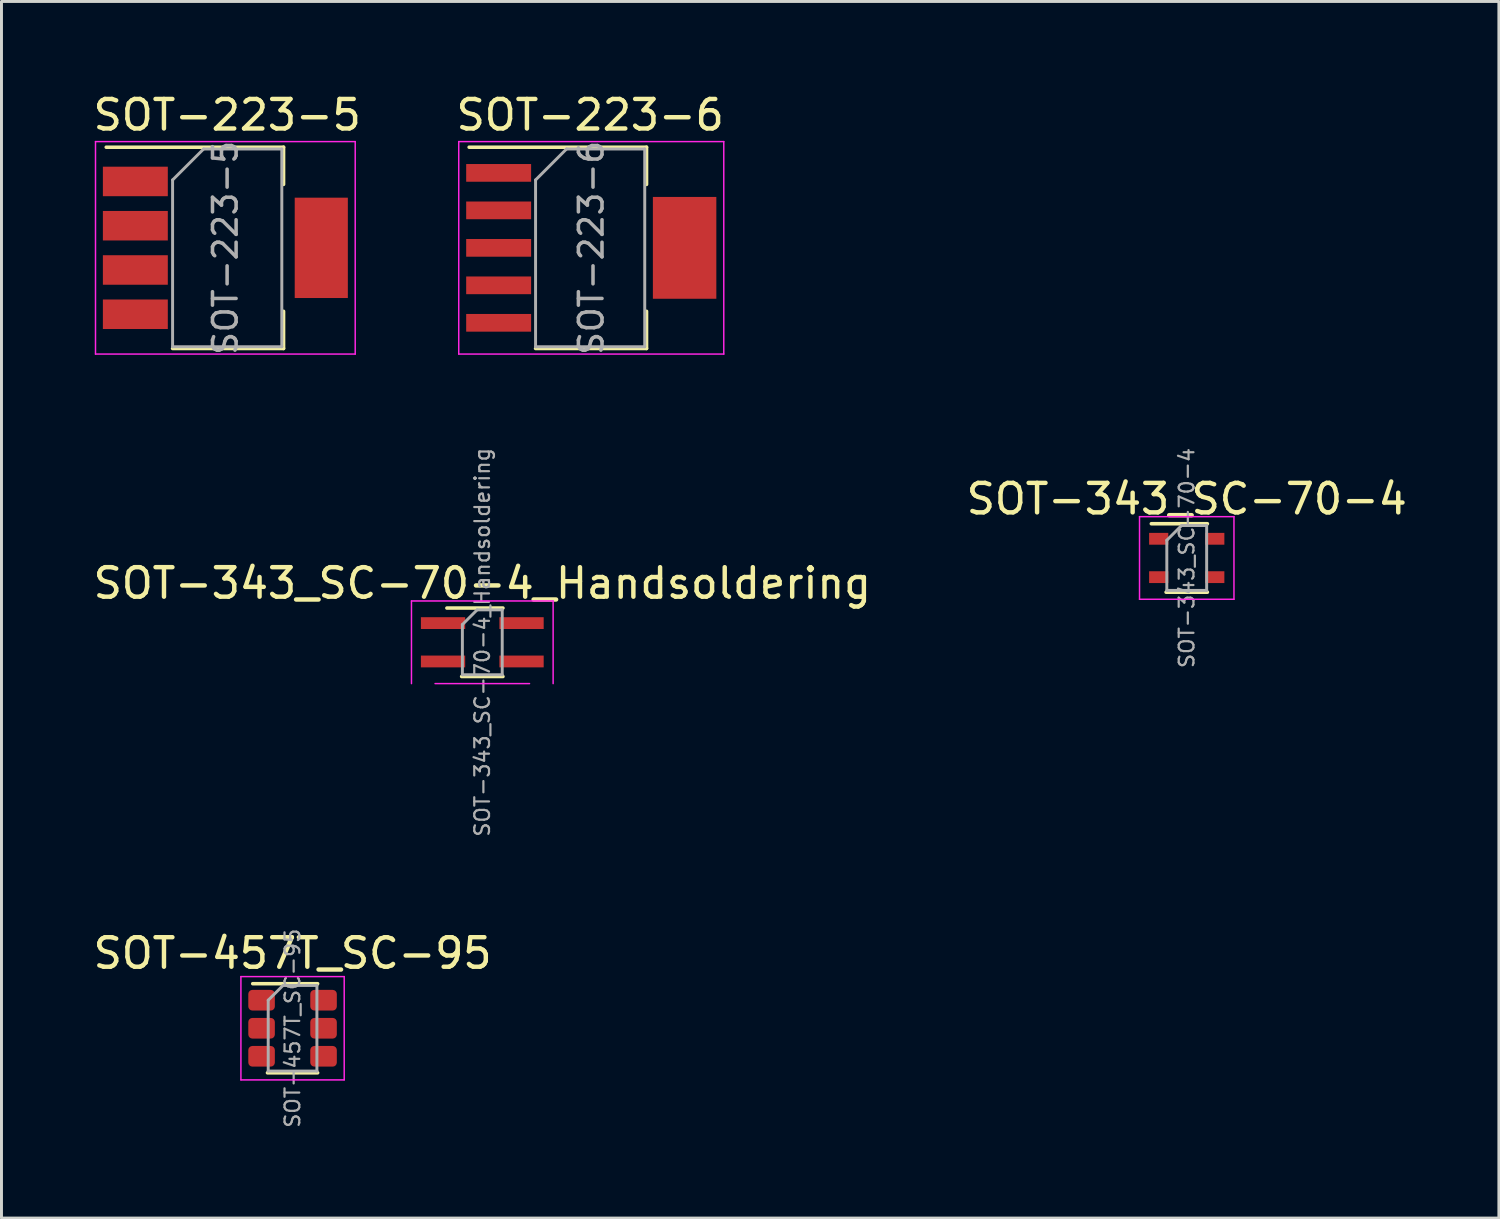
<source format=kicad_pcb>
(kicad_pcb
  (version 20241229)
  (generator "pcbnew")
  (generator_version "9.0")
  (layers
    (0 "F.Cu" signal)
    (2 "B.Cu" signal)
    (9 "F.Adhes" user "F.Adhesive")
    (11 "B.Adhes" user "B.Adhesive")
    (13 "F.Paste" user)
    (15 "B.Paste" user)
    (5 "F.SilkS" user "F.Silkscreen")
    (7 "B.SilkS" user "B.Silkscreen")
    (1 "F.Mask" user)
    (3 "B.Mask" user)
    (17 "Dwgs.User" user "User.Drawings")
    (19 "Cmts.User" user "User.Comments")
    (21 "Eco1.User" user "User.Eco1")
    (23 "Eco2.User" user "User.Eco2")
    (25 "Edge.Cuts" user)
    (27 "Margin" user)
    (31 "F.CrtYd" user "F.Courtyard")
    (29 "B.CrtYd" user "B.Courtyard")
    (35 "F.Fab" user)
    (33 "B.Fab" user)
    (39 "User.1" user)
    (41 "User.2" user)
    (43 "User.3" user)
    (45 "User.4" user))
  (footprint "SOT-223-5"
    (layer "F.Cu")
    (at 4.586 5.348)
    (property "Reference" "SOT-223-5" (at 0.062 -4.5 0) (layer "F.SilkS") (effects (font (size 1 1) (thickness 0.15))))
    (attr smd)
    (fp_line (start -4.037 -3.41) (end 1.972 -3.41) (stroke (width 0.12) (type solid)) (layer "F.SilkS"))
    (fp_line (start -1.788 3.41) (end 1.972 3.41) (stroke (width 0.12) (type solid)) (layer "F.SilkS"))
    (fp_line (start 1.972 -3.41) (end 1.972 -2.15) (stroke (width 0.12) (type solid)) (layer "F.SilkS"))
    (fp_line (start 1.972 3.41) (end 1.972 2.15) (stroke (width 0.12) (type solid)) (layer "F.SilkS"))
    (fp_line (start -4.4 -3.6) (end -4.4 3.6) (stroke (width 0.05) (type solid)) (layer "F.CrtYd"))
    (fp_line (start -4.4 -3.6) (end 4.4 -3.6) (stroke (width 0.05) (type solid)) (layer "F.CrtYd"))
    (fp_line (start 4.4 3.6) (end -4.4 3.6) (stroke (width 0.05) (type solid)) (layer "F.CrtYd"))
    (fp_line (start 4.4 3.6) (end 4.4 -3.6) (stroke (width 0.05) (type solid)) (layer "F.CrtYd"))
    (fp_line (start -1.788 -2.3) (end -1.788 3.35) (stroke (width 0.1) (type solid)) (layer "F.Fab"))
    (fp_line (start -1.788 -2.3) (end -0.738 -3.35) (stroke (width 0.1) (type solid)) (layer "F.Fab"))
    (fp_line (start -1.788 3.35) (end 1.913 3.35) (stroke (width 0.1) (type solid)) (layer "F.Fab"))
    (fp_line (start -0.738 -3.35) (end 1.913 -3.35) (stroke (width 0.1) (type solid)) (layer "F.Fab"))
    (fp_line (start 1.913 -3.35) (end 1.913 3.35) (stroke (width 0.1) (type solid)) (layer "F.Fab"))
    (fp_text user "${REFERENCE}" (at 0 0 90) (layer "F.Fab") (effects (font (size 0.8 0.8) (thickness 0.12))))
    (pad "1" smd rect (at -3.05 -2.25) (size 2.2 1) (layers "F.Cu" "F.Mask" "F.Paste"))
    (pad "2" smd rect (at -3.05 -0.75) (size 2.2 1) (layers "F.Cu" "F.Mask" "F.Paste"))
    (pad "3" smd rect (at -3.05 0.75) (size 2.2 1) (layers "F.Cu" "F.Mask" "F.Paste"))
    (pad "4" smd rect (at -3.05 2.25) (size 2.2 1) (layers "F.Cu" "F.Mask" "F.Paste"))
    (pad "5" smd rect (at 3.25 0) (size 1.8 3.4) (layers "F.Cu" "F.Mask" "F.Paste")))
  (footprint "SOT-343_SC-70-4"
    (layer "F.Cu")
    (at 37.161 15.856)
    (property "Reference" "SOT-343_SC-70-4" (at 0 -2 0) (layer "F.SilkS") (effects (font (size 1 1) (thickness 0.15))))
    (attr smd)
    (fp_line (start -0.7 1.16) (end 0.7 1.16) (stroke (width 0.12) (type solid)) (layer "F.SilkS"))
    (fp_line (start 0.7 -1.16) (end -1.2 -1.16) (stroke (width 0.12) (type solid)) (layer "F.SilkS"))
    (fp_line (start -1.6 -1.4) (end -1.6 1.4) (stroke (width 0.05) (type solid)) (layer "F.CrtYd"))
    (fp_line (start -1.6 -1.4) (end 1.6 -1.4) (stroke (width 0.05) (type solid)) (layer "F.CrtYd"))
    (fp_line (start -1.6 1.4) (end 1.6 1.4) (stroke (width 0.05) (type solid)) (layer "F.CrtYd"))
    (fp_line (start 1.6 1.4) (end 1.6 -1.4) (stroke (width 0.05) (type solid)) (layer "F.CrtYd"))
    (fp_line (start -0.675 -0.6) (end -0.675 1.1) (stroke (width 0.1) (type solid)) (layer "F.Fab"))
    (fp_line (start -0.175 -1.1) (end -0.675 -0.6) (stroke (width 0.1) (type solid)) (layer "F.Fab"))
    (fp_line (start 0.675 -1.1) (end -0.175 -1.1) (stroke (width 0.1) (type solid)) (layer "F.Fab"))
    (fp_line (start 0.675 -1.1) (end 0.675 1.1) (stroke (width 0.1) (type solid)) (layer "F.Fab"))
    (fp_line (start 0.675 1.1) (end -0.675 1.1) (stroke (width 0.1) (type solid)) (layer "F.Fab"))
    (fp_text user "${REFERENCE}" (at 0 0 90) (layer "F.Fab") (effects (font (size 0.5 0.5) (thickness 0.075))))
    (pad "1" smd rect (at -0.95 -0.65) (size 0.65 0.4) (layers "F.Cu" "F.Mask" "F.Paste"))
    (pad "2" smd rect (at -0.95 0.65) (size 0.65 0.4) (layers "F.Cu" "F.Mask" "F.Paste"))
    (pad "3" smd rect (at 0.95 0.65) (size 0.65 0.4) (layers "F.Cu" "F.Mask" "F.Paste"))
    (pad "4" smd rect (at 0.95 -0.65) (size 0.65 0.4) (layers "F.Cu" "F.Mask" "F.Paste")))
  (footprint "SOT-343_SC-70-4_Handsoldering"
    (layer "F.Cu")
    (at 13.292 18.713)
    (property "Reference" "SOT-343_SC-70-4_Handsoldering" (at 0 -2 0) (layer "F.SilkS") (effects (font (size 1 1) (thickness 0.15))))
    (attr smd)
    (fp_line (start -0.7 1.16) (end 0.7 1.16) (stroke (width 0.12) (type solid)) (layer "F.SilkS"))
    (fp_line (start 0.7 -1.16) (end -1.2 -1.16) (stroke (width 0.12) (type solid)) (layer "F.SilkS"))
    (fp_line (start -2.4 -1.4) (end -2.4 1.4) (stroke (width 0.05) (type solid)) (layer "F.CrtYd"))
    (fp_line (start -2.4 -1.4) (end 2.4 -1.4) (stroke (width 0.05) (type solid)) (layer "F.CrtYd"))
    (fp_line (start -1.6 1.4) (end 1.6 1.4) (stroke (width 0.05) (type solid)) (layer "F.CrtYd"))
    (fp_line (start 2.4 1.4) (end 2.4 -1.4) (stroke (width 0.05) (type solid)) (layer "F.CrtYd"))
    (fp_line (start -0.675 -0.6) (end -0.675 1.1) (stroke (width 0.1) (type solid)) (layer "F.Fab"))
    (fp_line (start -0.175 -1.1) (end -0.675 -0.6) (stroke (width 0.1) (type solid)) (layer "F.Fab"))
    (fp_line (start 0.675 -1.1) (end -0.175 -1.1) (stroke (width 0.1) (type solid)) (layer "F.Fab"))
    (fp_line (start 0.675 -1.1) (end 0.675 1.1) (stroke (width 0.1) (type solid)) (layer "F.Fab"))
    (fp_line (start 0.675 1.1) (end -0.675 1.1) (stroke (width 0.1) (type solid)) (layer "F.Fab"))
    (fp_text user "${REFERENCE}" (at 0 0 90) (layer "F.Fab") (effects (font (size 0.5 0.5) (thickness 0.075))))
    (pad "1" smd rect (at -1.33 -0.65) (size 1.5 0.4) (layers "F.Cu" "F.Mask" "F.Paste"))
    (pad "2" smd rect (at -1.33 0.65) (size 1.5 0.4) (layers "F.Cu" "F.Mask" "F.Paste"))
    (pad "3" smd rect (at 1.33 0.65) (size 1.5 0.4) (layers "F.Cu" "F.Mask" "F.Paste"))
    (pad "4" smd rect (at 1.33 -0.65) (size 1.5 0.4) (layers "F.Cu" "F.Mask" "F.Paste")))
  (footprint "SOT-223-6"
    (layer "F.Cu")
    (at 16.984 5.348)
    (property "Reference" "SOT-223-6" (at -0.037 -4.5 0) (layer "F.SilkS") (effects (font (size 1 1) (thickness 0.15))))
    (attr smd)
    (fp_line (start -4.138 -3.41) (end 1.873 -3.41) (stroke (width 0.12) (type solid)) (layer "F.SilkS"))
    (fp_line (start -1.887 3.41) (end 1.873 3.41) (stroke (width 0.12) (type solid)) (layer "F.SilkS"))
    (fp_line (start 1.873 -3.41) (end 1.873 -2.15) (stroke (width 0.12) (type solid)) (layer "F.SilkS"))
    (fp_line (start 1.873 3.41) (end 1.873 2.15) (stroke (width 0.12) (type solid)) (layer "F.SilkS"))
    (fp_line (start -4.49 -3.6) (end -4.49 3.6) (stroke (width 0.05) (type solid)) (layer "F.CrtYd"))
    (fp_line (start -4.49 -3.6) (end 4.49 -3.6) (stroke (width 0.05) (type solid)) (layer "F.CrtYd"))
    (fp_line (start 4.49 3.6) (end -4.49 3.6) (stroke (width 0.05) (type solid)) (layer "F.CrtYd"))
    (fp_line (start 4.49 3.6) (end 4.49 -3.6) (stroke (width 0.05) (type solid)) (layer "F.CrtYd"))
    (fp_line (start -1.887 -2.3) (end -1.887 3.35) (stroke (width 0.1) (type solid)) (layer "F.Fab"))
    (fp_line (start -1.887 -2.3) (end -0.838 -3.35) (stroke (width 0.1) (type solid)) (layer "F.Fab"))
    (fp_line (start -1.887 3.35) (end 1.812 3.35) (stroke (width 0.1) (type solid)) (layer "F.Fab"))
    (fp_line (start -0.838 -3.35) (end 1.812 -3.35) (stroke (width 0.1) (type solid)) (layer "F.Fab"))
    (fp_line (start 1.812 -3.35) (end 1.812 3.35) (stroke (width 0.1) (type solid)) (layer "F.Fab"))
    (fp_text user "${REFERENCE}" (at 0 0 90) (layer "F.Fab") (effects (font (size 0.8 0.8) (thickness 0.12))))
    (pad "1" smd rect (at -3.138 -2.54) (size 2.2 0.6) (layers "F.Cu" "F.Mask" "F.Paste"))
    (pad "2" smd rect (at -3.138 -1.27) (size 2.2 0.6) (layers "F.Cu" "F.Mask" "F.Paste"))
    (pad "3" smd rect (at -3.138 0) (size 2.2 0.6) (layers "F.Cu" "F.Mask" "F.Paste"))
    (pad "4" smd rect (at -3.138 1.27) (size 2.2 0.6) (layers "F.Cu" "F.Mask" "F.Paste"))
    (pad "5" smd rect (at -3.138 2.54) (size 2.2 0.6) (layers "F.Cu" "F.Mask" "F.Paste"))
    (pad "6" smd rect (at 3.163 0) (size 2.15 3.45) (layers "F.Cu" "F.Mask" "F.Paste")))
  (footprint "SOT-457T_SC-95"
    (layer "F.Cu")
    (at 6.863 31.791)
    (property "Reference" "SOT-457T_SC-95" (at 0 -2.54 0) (layer "F.SilkS") (effects (font (size 1 1) (thickness 0.15))))
    (attr smd)
    (fp_line (start -0.85 1.51) (end 0.85 1.51) (stroke (width 0.12) (type solid)) (layer "F.SilkS"))
    (fp_line (start 0.85 -1.51) (end -1.35 -1.51) (stroke (width 0.12) (type solid)) (layer "F.SilkS"))
    (fp_line (start -1.75 -1.75) (end -1.75 1.75) (stroke (width 0.05) (type solid)) (layer "F.CrtYd"))
    (fp_line (start -1.75 -1.75) (end 1.75 -1.75) (stroke (width 0.05) (type solid)) (layer "F.CrtYd"))
    (fp_line (start -1.75 1.75) (end 1.75 1.75) (stroke (width 0.05) (type solid)) (layer "F.CrtYd"))
    (fp_line (start 1.75 1.75) (end 1.75 -1.75) (stroke (width 0.05) (type solid)) (layer "F.CrtYd"))
    (fp_line (start -0.825 -0.95) (end -0.825 1.45) (stroke (width 0.1) (type solid)) (layer "F.Fab"))
    (fp_line (start -0.325 -1.45) (end -0.825 -0.95) (stroke (width 0.1) (type solid)) (layer "F.Fab"))
    (fp_line (start 0.825 -1.45) (end -0.325 -1.45) (stroke (width 0.1) (type solid)) (layer "F.Fab"))
    (fp_line (start 0.825 -1.45) (end 0.825 1.45) (stroke (width 0.1) (type solid)) (layer "F.Fab"))
    (fp_line (start 0.825 1.45) (end -0.825 1.45) (stroke (width 0.1) (type solid)) (layer "F.Fab"))
    (fp_text user "${REFERENCE}" (at 0 0 90) (layer "F.Fab") (effects (font (size 0.5 0.5) (thickness 0.075))))
    (pad "1" smd roundrect (at -1.05 -0.95) (size 0.9 0.7) (layers "F.Cu" "F.Mask" "F.Paste") (roundrect_rratio 0.2))
    (pad "2" smd roundrect (at -1.05 0) (size 0.9 0.7) (layers "F.Cu" "F.Mask" "F.Paste") (roundrect_rratio 0.2))
    (pad "3" smd roundrect (at -1.05 0.95) (size 0.9 0.7) (layers "F.Cu" "F.Mask" "F.Paste") (roundrect_rratio 0.2))
    (pad "4" smd roundrect (at 1.05 0.95) (size 0.9 0.7) (layers "F.Cu" "F.Mask" "F.Paste") (roundrect_rratio 0.2))
    (pad "5" smd roundrect (at 1.05 0) (size 0.9 0.7) (layers "F.Cu" "F.Mask" "F.Paste") (roundrect_rratio 0.2))
    (pad "6" smd roundrect (at 1.05 -0.95) (size 0.9 0.7) (layers "F.Cu" "F.Mask" "F.Paste") (roundrect_rratio 0.2)))
  (gr_rect
    (start -3 -3)
    (end 47.738 38.222)
    (stroke (width 0.1) (type default))
    (fill no)
    (layer "Edge.Cuts")))
</source>
